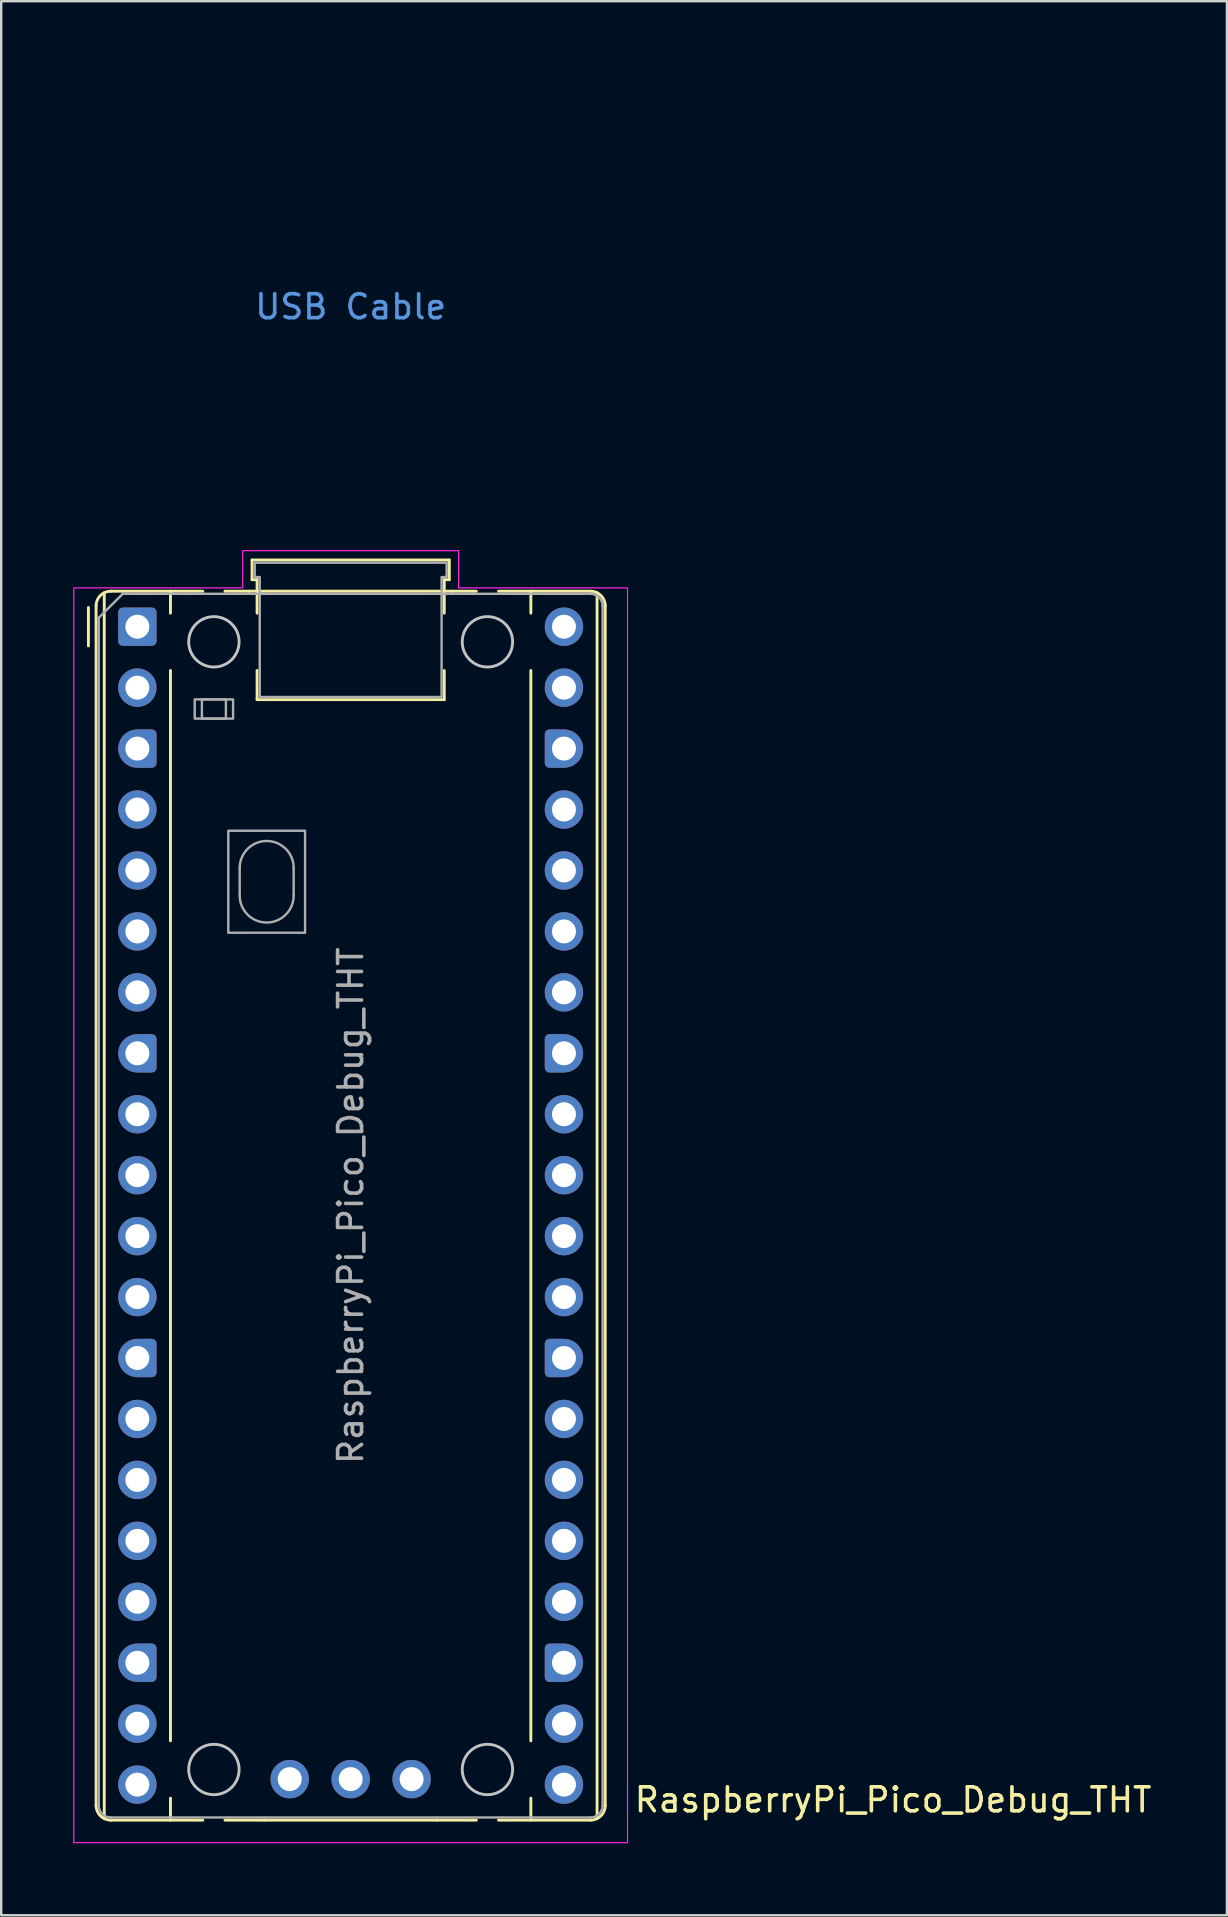
<source format=kicad_pcb>
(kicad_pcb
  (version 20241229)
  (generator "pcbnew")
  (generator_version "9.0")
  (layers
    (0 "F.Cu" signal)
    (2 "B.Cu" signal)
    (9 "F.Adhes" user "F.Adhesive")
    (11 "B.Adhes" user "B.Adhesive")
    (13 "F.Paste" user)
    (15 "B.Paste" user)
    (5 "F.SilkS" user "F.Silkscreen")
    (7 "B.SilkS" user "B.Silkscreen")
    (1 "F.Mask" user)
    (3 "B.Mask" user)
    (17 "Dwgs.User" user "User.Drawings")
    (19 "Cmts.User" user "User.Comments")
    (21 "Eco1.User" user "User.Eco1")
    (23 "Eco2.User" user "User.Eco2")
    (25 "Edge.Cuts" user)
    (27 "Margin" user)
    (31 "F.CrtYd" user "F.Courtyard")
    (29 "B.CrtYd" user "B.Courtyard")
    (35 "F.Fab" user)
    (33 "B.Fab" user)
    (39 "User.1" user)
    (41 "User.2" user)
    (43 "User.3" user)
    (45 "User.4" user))
  (footprint "RaspberryPi_Pico_Debug_THT"
    (layer "F.Cu")
    (at 2.675 23.07)
    (property "Reference" "RaspberryPi_Pico_Debug_THT" (at 20.637 48.895 0) (unlocked yes) (layer "F.SilkS") (effects (font (size 1 1) (thickness 0.15)) (justify left)))
    (attr through_hole)
    (fp_line (start -2.04 0.8) (end -2.04 -0.8) (stroke (width 0.12) (type solid)) (layer "F.SilkS"))
    (fp_line (start -1.72 -0.87) (end -1.72 49.13) (stroke (width 0.12) (type solid)) (layer "F.SilkS"))
    (fp_line (start -1.38 -1.417) (end -1.38 49.677) (stroke (width 0.12) (type solid)) (layer "F.SilkS"))
    (fp_line (start -1.11 -1.48) (end 1.38 -1.48) (stroke (width 0.12) (type solid)) (layer "F.SilkS"))
    (fp_line (start -1.11 49.74) (end 2.728 49.74) (stroke (width 0.12) (type solid)) (layer "F.SilkS"))
    (fp_line (start 1.38 -1.48) (end 1.38 -0.566) (stroke (width 0.12) (type solid)) (layer "F.SilkS"))
    (fp_line (start 1.38 -1.48) (end 2.728 -1.48) (stroke (width 0.12) (type solid)) (layer "F.SilkS"))
    (fp_line (start 1.38 1.826) (end 1.38 46.434) (stroke (width 0.12) (type solid)) (layer "F.SilkS"))
    (fp_line (start 1.38 48.826) (end 1.38 49.74) (stroke (width 0.12) (type solid)) (layer "F.SilkS"))
    (fp_line (start 3.652 -1.48) (end 4.655 -1.48) (stroke (width 0.12) (type solid)) (layer "F.SilkS"))
    (fp_line (start 4.655 -1.48) (end 13.125 -1.48) (stroke (width 0.12) (type solid)) (layer "F.SilkS"))
    (fp_line (start 4.78 -2.78) (end 4.78 -1.96) (stroke (width 0.12) (type solid)) (layer "F.SilkS"))
    (fp_line (start 4.78 -2.78) (end 13 -2.78) (stroke (width 0.12) (type solid)) (layer "F.SilkS"))
    (fp_line (start 4.78 -1.96) (end 4.99 -1.96) (stroke (width 0.12) (type solid)) (layer "F.SilkS"))
    (fp_line (start 4.99 -1.96) (end 4.99 -0.564) (stroke (width 0.12) (type solid)) (layer "F.SilkS"))
    (fp_line (start 4.99 1.824) (end 4.99 3.04) (stroke (width 0.12) (type solid)) (layer "F.SilkS"))
    (fp_line (start 5.29 49.74) (end 3.652 49.74) (stroke (width 0.12) (type solid)) (layer "F.SilkS"))
    (fp_line (start 12.49 49.74) (end 5.29 49.74) (stroke (width 0.12) (type solid)) (layer "F.SilkS"))
    (fp_line (start 12.79 -1.96) (end 12.79 -0.564) (stroke (width 0.12) (type solid)) (layer "F.SilkS"))
    (fp_line (start 12.79 1.824) (end 12.79 3.04) (stroke (width 0.12) (type solid)) (layer "F.SilkS"))
    (fp_line (start 12.79 3.04) (end 4.99 3.04) (stroke (width 0.12) (type solid)) (layer "F.SilkS"))
    (fp_line (start 13 -2.78) (end 13 -1.96) (stroke (width 0.12) (type solid)) (layer "F.SilkS"))
    (fp_line (start 13 -1.96) (end 12.79 -1.96) (stroke (width 0.12) (type solid)) (layer "F.SilkS"))
    (fp_line (start 13.125 -1.48) (end 14.128 -1.48) (stroke (width 0.12) (type solid)) (layer "F.SilkS"))
    (fp_line (start 14.128 49.74) (end 12.49 49.74) (stroke (width 0.12) (type solid)) (layer "F.SilkS"))
    (fp_line (start 15.052 -1.48) (end 16.4 -1.48) (stroke (width 0.12) (type solid)) (layer "F.SilkS"))
    (fp_line (start 15.052 49.74) (end 18.89 49.74) (stroke (width 0.12) (type solid)) (layer "F.SilkS"))
    (fp_line (start 16.4 -1.48) (end 16.4 -0.566) (stroke (width 0.12) (type solid)) (layer "F.SilkS"))
    (fp_line (start 16.4 1.826) (end 16.4 46.434) (stroke (width 0.12) (type solid)) (layer "F.SilkS"))
    (fp_line (start 16.4 48.826) (end 16.4 49.74) (stroke (width 0.12) (type solid)) (layer "F.SilkS"))
    (fp_line (start 18.89 -1.48) (end 16.4 -1.48) (stroke (width 0.12) (type solid)) (layer "F.SilkS"))
    (fp_line (start 19.16 49.677) (end 19.16 -1.417) (stroke (width 0.12) (type solid)) (layer "F.SilkS"))
    (fp_line (start 19.5 -0.87) (end 19.5 49.13) (stroke (width 0.12) (type solid)) (layer "F.SilkS"))
    (fp_arc (start -1.72 -0.87) (mid -1.541335 -1.301335) (end -1.11 -1.48) (stroke (width 0.12) (type solid)) (layer "F.SilkS"))
    (fp_arc (start -1.11 49.74) (mid -1.541364 49.561364) (end -1.72 49.13) (stroke (width 0.12) (type solid)) (layer "F.SilkS"))
    (fp_arc (start 18.89 -1.48) (mid 19.321335 -1.301335) (end 19.5 -0.87) (stroke (width 0.12) (type solid)) (layer "F.SilkS"))
    (fp_arc (start 19.5 49.13) (mid 19.321335 49.561335) (end 18.89 49.74) (stroke (width 0.12) (type solid)) (layer "F.SilkS"))
    (fp_circle (center 3.19 0.63) (end 4.24 0.63) (stroke (width 0.12) (type solid)) (fill no) (layer "Dwgs.User"))
    (fp_circle (center 3.19 47.63) (end 4.24 47.63) (stroke (width 0.12) (type solid)) (fill no) (layer "Dwgs.User"))
    (fp_circle (center 14.59 0.63) (end 15.64 0.63) (stroke (width 0.12) (type solid)) (fill no) (layer "Dwgs.User"))
    (fp_circle (center 14.59 47.63) (end 15.64 47.63) (stroke (width 0.12) (type solid)) (fill no) (layer "Dwgs.User"))
    (fp_poly (pts (xy 4.39 -3.17) (xy 13.39 -3.17) (xy 13.39 -1.62) (xy 20.43 -1.62) (xy 20.43 50.68) (xy -2.65 50.68) (xy -2.65 -1.62) (xy 4.39 -1.62)) (stroke (width 0.05) (type solid)) (fill no) (layer "F.CrtYd"))
    (fp_line (start -1.61 -0.37) (end -0.61 -1.37) (stroke (width 0.1) (type solid)) (layer "F.Fab"))
    (fp_line (start -1.61 49.13) (end -1.61 -0.37) (stroke (width 0.1) (type solid)) (layer "F.Fab"))
    (fp_line (start -0.61 -1.37) (end 18.89 -1.37) (stroke (width 0.1) (type solid)) (layer "F.Fab"))
    (fp_line (start 4.265 10.055) (end 4.265 11.205) (stroke (width 0.1) (type solid)) (layer "F.Fab"))
    (fp_line (start 6.515 10.055) (end 6.515 11.205) (stroke (width 0.1) (type solid)) (layer "F.Fab"))
    (fp_line (start 18.89 49.63) (end -1.11 49.63) (stroke (width 0.1) (type solid)) (layer "F.Fab"))
    (fp_line (start 19.39 -0.87) (end 19.39 49.13) (stroke (width 0.1) (type solid)) (layer "F.Fab"))
    (fp_rect (start 2.39 3.03) (end 3.99 3.83) (stroke (width 0.1) (type solid)) (fill no) (layer "F.Fab"))
    (fp_rect (start 2.69 3.03) (end 3.69 3.83) (stroke (width 0.1) (type solid)) (fill no) (layer "F.Fab"))
    (fp_rect (start 3.79 8.505) (end 6.99 12.755) (stroke (width 0.1) (type solid)) (fill no) (layer "F.Fab"))
    (fp_arc (start -1.11 49.63) (mid -1.463553 49.483553) (end -1.61 49.13) (stroke (width 0.1) (type solid)) (layer "F.Fab"))
    (fp_arc (start 4.265 10.055) (mid 5.39 8.93) (end 6.515 10.055) (stroke (width 0.1) (type solid)) (layer "F.Fab"))
    (fp_arc (start 6.515 11.205) (mid 5.39 12.33) (end 4.265 11.205) (stroke (width 0.1) (type solid)) (layer "F.Fab"))
    (fp_arc (start 18.89 -1.37) (mid 19.243553 -1.223553) (end 19.39 -0.87) (stroke (width 0.1) (type solid)) (layer "F.Fab"))
    (fp_arc (start 19.39 49.13) (mid 19.243553 49.483553) (end 18.89 49.63) (stroke (width 0.1) (type solid)) (layer "F.Fab"))
    (fp_poly (pts (xy 12.68 2.93) (xy 12.68 -2.07) (xy 12.89 -2.07) (xy 12.89 -2.67) (xy 4.89 -2.67) (xy 4.89 -2.07) (xy 5.1 -2.07) (xy 5.1 2.93)) (stroke (width 0.1) (type solid)) (fill no) (layer "F.Fab"))
    (fp_text user "USB Cable" (at 8.89 -13.335 0) (unlocked yes) (layer "Cmts.User") (effects (font (size 1 1) (thickness 0.15))))
    (fp_text user "${REFERENCE}" (at 8.89 24.13 90) (layer "F.Fab") (effects (font (size 1 1) (thickness 0.15))))
    (pad "1" thru_hole roundrect (at 0 0) (size 1.6 1.6) (drill 1) (layers "*.Cu" "*.Mask") (roundrect_rratio 0.125))
    (pad "2" thru_hole circle (at 0 2.54) (size 1.6 1.6) (drill 1) (layers "*.Cu" "*.Mask"))
    (pad "3" thru_hole custom (at 0 5.08) (size 1.6 1.6) (drill 1) (layers "*.Cu" "*.Mask") (options (anchor circle)) (primitives (gr_poly (pts (xy 0.8 0.6) (xy 0.8 -0.6) (xy 0.6 -0.8) (xy 0 -0.8) (xy 0 0.8) (xy 0.6 0.8)) (width 0) (fill yes)) (gr_circle (center 0.6 0.6) (end 0.8 0.6) (width 0) (fill yes)) (gr_circle (center 0.6 -0.6) (end 0.8 -0.6) (width 0) (fill yes))))
    (pad "4" thru_hole circle (at 0 7.62) (size 1.6 1.6) (drill 1) (layers "*.Cu" "*.Mask"))
    (pad "5" thru_hole circle (at 0 10.16) (size 1.6 1.6) (drill 1) (layers "*.Cu" "*.Mask"))
    (pad "6" thru_hole circle (at 0 12.7) (size 1.6 1.6) (drill 1) (layers "*.Cu" "*.Mask"))
    (pad "7" thru_hole circle (at 0 15.24) (size 1.6 1.6) (drill 1) (layers "*.Cu" "*.Mask"))
    (pad "8" thru_hole custom (at 0 17.78) (size 1.6 1.6) (drill 1) (layers "*.Cu" "*.Mask") (options (anchor circle)) (primitives (gr_poly (pts (xy 0.8 0.6) (xy 0.8 -0.6) (xy 0.6 -0.8) (xy 0 -0.8) (xy 0 0.8) (xy 0.6 0.8)) (width 0) (fill yes)) (gr_circle (center 0.6 0.6) (end 0.8 0.6) (width 0) (fill yes)) (gr_circle (center 0.6 -0.6) (end 0.8 -0.6) (width 0) (fill yes))))
    (pad "9" thru_hole circle (at 0 20.32) (size 1.6 1.6) (drill 1) (layers "*.Cu" "*.Mask"))
    (pad "10" thru_hole circle (at 0 22.86) (size 1.6 1.6) (drill 1) (layers "*.Cu" "*.Mask"))
    (pad "11" thru_hole circle (at 0 25.4) (size 1.6 1.6) (drill 1) (layers "*.Cu" "*.Mask"))
    (pad "12" thru_hole circle (at 0 27.94) (size 1.6 1.6) (drill 1) (layers "*.Cu" "*.Mask"))
    (pad "13" thru_hole custom (at 0 30.48) (size 1.6 1.6) (drill 1) (layers "*.Cu" "*.Mask") (options (anchor circle)) (primitives (gr_poly (pts (xy 0.8 0.6) (xy 0.8 -0.6) (xy 0.6 -0.8) (xy 0 -0.8) (xy 0 0.8) (xy 0.6 0.8)) (width 0) (fill yes)) (gr_circle (center 0.6 0.6) (end 0.8 0.6) (width 0) (fill yes)) (gr_circle (center 0.6 -0.6) (end 0.8 -0.6) (width 0) (fill yes))))
    (pad "14" thru_hole circle (at 0 33.02) (size 1.6 1.6) (drill 1) (layers "*.Cu" "*.Mask"))
    (pad "15" thru_hole circle (at 0 35.56) (size 1.6 1.6) (drill 1) (layers "*.Cu" "*.Mask"))
    (pad "16" thru_hole circle (at 0 38.1) (size 1.6 1.6) (drill 1) (layers "*.Cu" "*.Mask"))
    (pad "17" thru_hole circle (at 0 40.64) (size 1.6 1.6) (drill 1) (layers "*.Cu" "*.Mask"))
    (pad "18" thru_hole custom (at 0 43.18) (size 1.6 1.6) (drill 1) (layers "*.Cu" "*.Mask") (options (anchor circle)) (primitives (gr_poly (pts (xy 0.8 0.6) (xy 0.8 -0.6) (xy 0.6 -0.8) (xy 0 -0.8) (xy 0 0.8) (xy 0.6 0.8)) (width 0) (fill yes)) (gr_circle (center 0.6 0.6) (end 0.8 0.6) (width 0) (fill yes)) (gr_circle (center 0.6 -0.6) (end 0.8 -0.6) (width 0) (fill yes))))
    (pad "19" thru_hole circle (at 0 45.72) (size 1.6 1.6) (drill 1) (layers "*.Cu" "*.Mask"))
    (pad "20" thru_hole circle (at 0 48.26) (size 1.6 1.6) (drill 1) (layers "*.Cu" "*.Mask"))
    (pad "21" thru_hole circle (at 17.78 48.26) (size 1.6 1.6) (drill 1) (layers "*.Cu" "*.Mask"))
    (pad "22" thru_hole circle (at 17.78 45.72) (size 1.6 1.6) (drill 1) (layers "*.Cu" "*.Mask"))
    (pad "23" thru_hole custom (at 17.78 43.18) (size 1.6 1.6) (drill 1) (layers "*.Cu" "*.Mask") (options (anchor circle)) (primitives (gr_poly (pts (xy -0.8 0.6) (xy -0.8 -0.6) (xy -0.6 -0.8) (xy 0 -0.8) (xy 0 0.8) (xy -0.6 0.8)) (width 0) (fill yes)) (gr_circle (center -0.6 0.6) (end -0.4 0.6) (width 0) (fill yes)) (gr_circle (center -0.6 -0.6) (end -0.4 -0.6) (width 0) (fill yes))))
    (pad "24" thru_hole circle (at 17.78 40.64) (size 1.6 1.6) (drill 1) (layers "*.Cu" "*.Mask"))
    (pad "25" thru_hole circle (at 17.78 38.1) (size 1.6 1.6) (drill 1) (layers "*.Cu" "*.Mask"))
    (pad "26" thru_hole circle (at 17.78 35.56) (size 1.6 1.6) (drill 1) (layers "*.Cu" "*.Mask"))
    (pad "27" thru_hole circle (at 17.78 33.02) (size 1.6 1.6) (drill 1) (layers "*.Cu" "*.Mask"))
    (pad "28" thru_hole custom (at 17.78 30.48) (size 1.6 1.6) (drill 1) (layers "*.Cu" "*.Mask") (options (anchor circle)) (primitives (gr_poly (pts (xy -0.8 0.6) (xy -0.8 -0.6) (xy -0.6 -0.8) (xy 0 -0.8) (xy 0 0.8) (xy -0.6 0.8)) (width 0) (fill yes)) (gr_circle (center -0.6 0.6) (end -0.4 0.6) (width 0) (fill yes)) (gr_circle (center -0.6 -0.6) (end -0.4 -0.6) (width 0) (fill yes))))
    (pad "29" thru_hole circle (at 17.78 27.94) (size 1.6 1.6) (drill 1) (layers "*.Cu" "*.Mask"))
    (pad "30" thru_hole circle (at 17.78 25.4) (size 1.6 1.6) (drill 1) (layers "*.Cu" "*.Mask"))
    (pad "31" thru_hole circle (at 17.78 22.86) (size 1.6 1.6) (drill 1) (layers "*.Cu" "*.Mask"))
    (pad "32" thru_hole circle (at 17.78 20.32) (size 1.6 1.6) (drill 1) (layers "*.Cu" "*.Mask"))
    (pad "33" thru_hole custom (at 17.78 17.78) (size 1.6 1.6) (drill 1) (layers "*.Cu" "*.Mask") (options (anchor circle)) (primitives (gr_poly (pts (xy -0.8 0.6) (xy -0.8 -0.6) (xy -0.6 -0.8) (xy 0 -0.8) (xy 0 0.8) (xy -0.6 0.8)) (width 0) (fill yes)) (gr_circle (center -0.6 0.6) (end -0.4 0.6) (width 0) (fill yes)) (gr_circle (center -0.6 -0.6) (end -0.4 -0.6) (width 0) (fill yes))))
    (pad "34" thru_hole circle (at 17.78 15.24) (size 1.6 1.6) (drill 1) (layers "*.Cu" "*.Mask"))
    (pad "35" thru_hole circle (at 17.78 12.7) (size 1.6 1.6) (drill 1) (layers "*.Cu" "*.Mask"))
    (pad "36" thru_hole circle (at 17.78 10.16) (size 1.6 1.6) (drill 1) (layers "*.Cu" "*.Mask"))
    (pad "37" thru_hole circle (at 17.78 7.62) (size 1.6 1.6) (drill 1) (layers "*.Cu" "*.Mask"))
    (pad "38" thru_hole custom (at 17.78 5.08) (size 1.6 1.6) (drill 1) (layers "*.Cu" "*.Mask") (options (anchor circle)) (primitives (gr_poly (pts (xy -0.8 0.6) (xy -0.8 -0.6) (xy -0.6 -0.8) (xy 0 -0.8) (xy 0 0.8) (xy -0.6 0.8)) (width 0) (fill yes)) (gr_circle (center -0.6 0.6) (end -0.4 0.6) (width 0) (fill yes)) (gr_circle (center -0.6 -0.6) (end -0.4 -0.6) (width 0) (fill yes))))
    (pad "39" thru_hole circle (at 17.78 2.54) (size 1.6 1.6) (drill 1) (layers "*.Cu" "*.Mask"))
    (pad "40" thru_hole circle (at 17.78 0) (size 1.6 1.6) (drill 1) (layers "*.Cu" "*.Mask"))
    (pad "D1" thru_hole circle (at 6.35 48.031) (size 1.6 1.6) (drill 1) (layers "*.Cu" "*.Mask"))
    (pad "D2" thru_hole circle (at 8.89 48.031) (size 1.6 1.6) (drill 1) (layers "*.Cu" "*.Mask"))
    (pad "D3" thru_hole circle (at 11.43 48.031) (size 1.6 1.6) (drill 1) (layers "*.Cu" "*.Mask"))
    (zone (net_name "") (layer "F.CrtYd") (name "USB Cable") (hatch edge 0.5) (connect_pads) (min_thickness 0.254) (filled_areas_thickness no) (keepout (tracks allowed) (vias allowed) (pads allowed) (copperpour allowed) (footprints allowed)) (placement (enabled no)) (fill) (polygon (pts (xy 5.815 19.5) (xy 7.625 19.5) (xy 7.625 19.9) (xy 15.505 19.9) (xy 15.505 19.5) (xy 17.315 19.5) (xy 17.315 0) (xy 5.815 0)))))
  (gr_rect
    (start -3 -3)
    (end 48.086 76.775)
    (stroke (width 0.1) (type default))
    (fill no)
    (layer "Edge.Cuts")))
</source>
